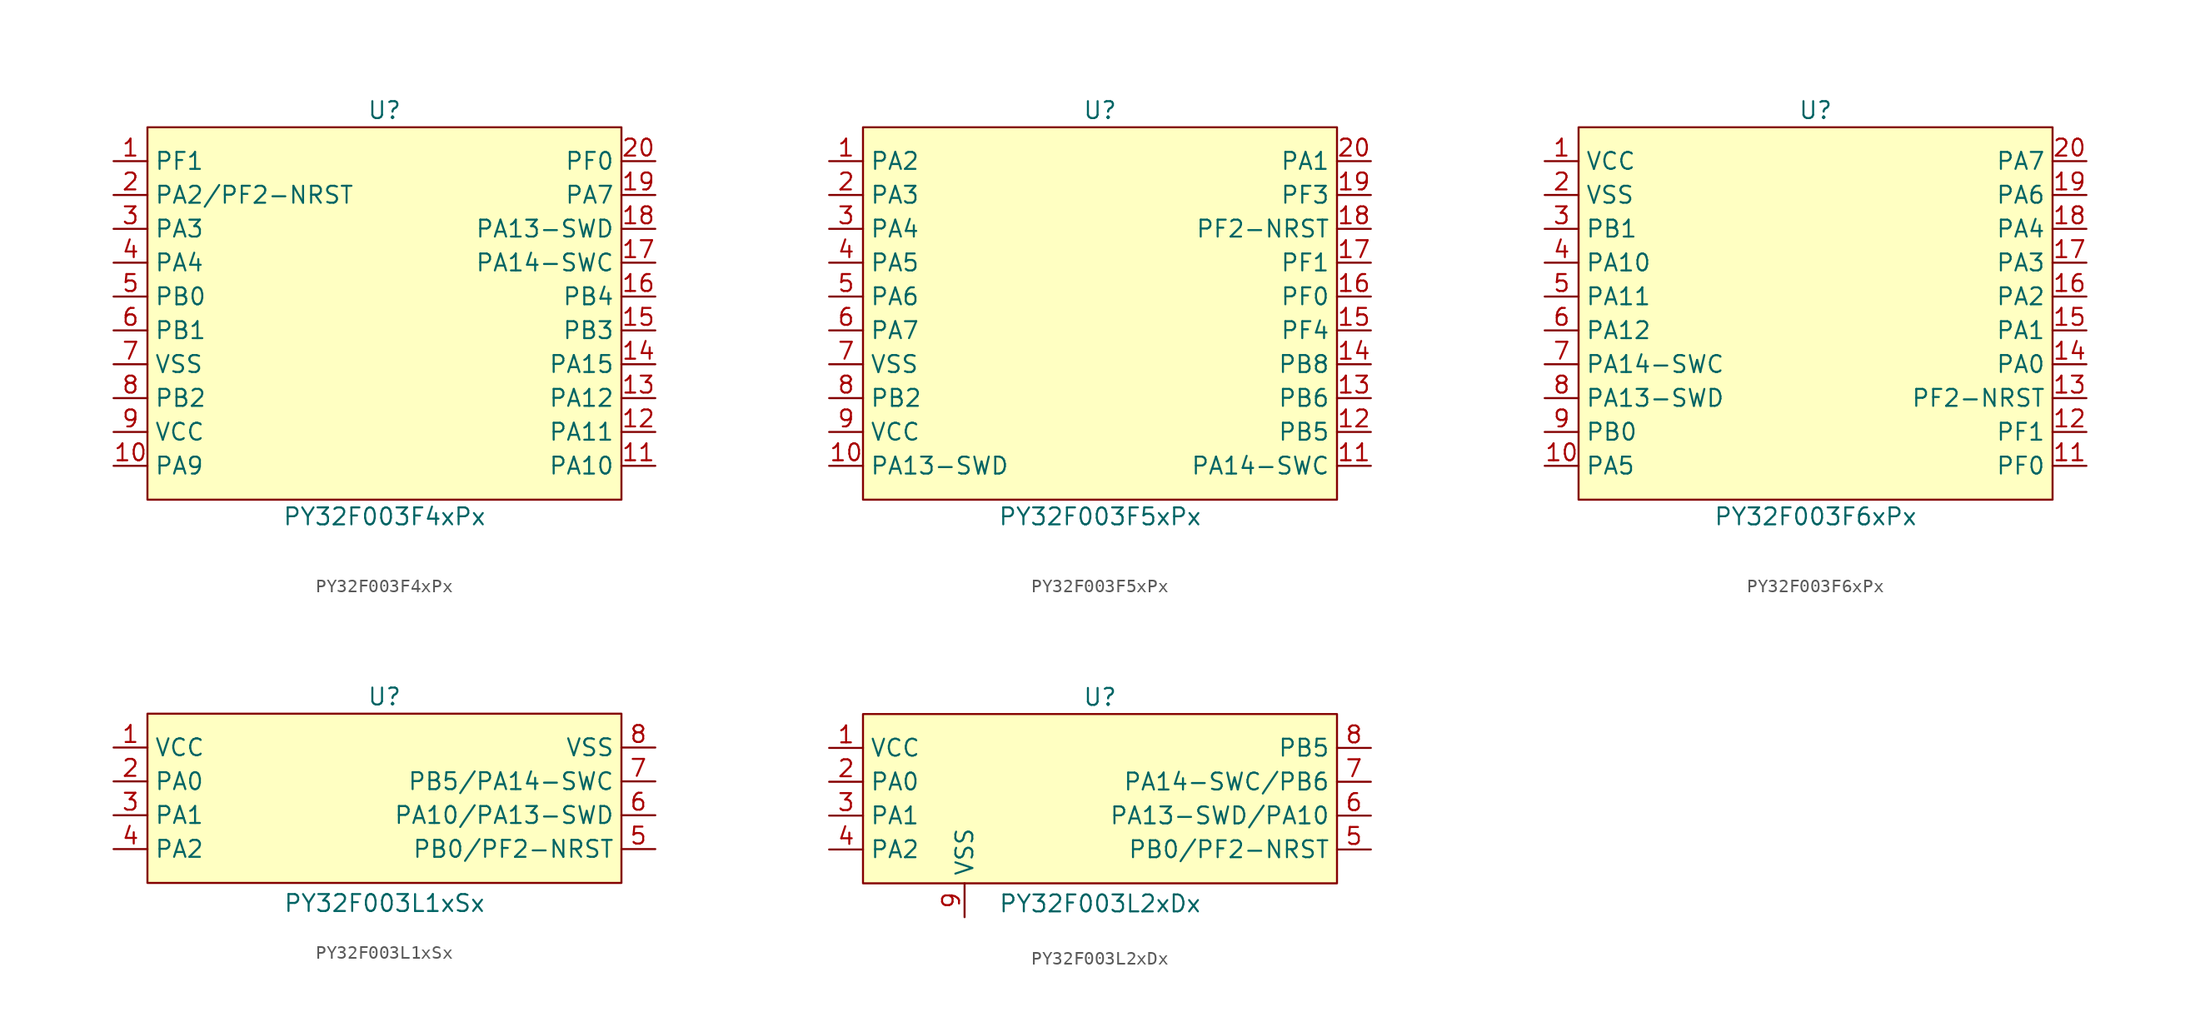
<source format=kicad_sym>
(kicad_symbol_lib
  (version 20241209)
  (generator "kicad_symbol_editor")
  (generator_version "9.0")
  (symbol "PY32F003F4xPx"
    (property "Reference" "U"
      (at 0 15.24 0)
      (effects (font (size 1.27 1.27))))
    (property "Value" "PY32F003F4xPx"
      (at 0 -15.24 0)
      (effects (font (size 1.27 1.27))))
    (symbol "PY32F003F4xPx_0_0"
      (pin unspecified line (at -20.32 11.43 0) (length 2.54) (name "PF1" (effects (font (size 1.27 1.27)))) (number "1" (effects (font (size 1.27 1.27)))))
      (pin unspecified line (at -20.32 8.89 0) (length 2.54) (name "PA2/PF2-NRST" (effects (font (size 1.27 1.27)))) (number "2" (effects (font (size 1.27 1.27)))))
      (pin unspecified line (at -20.32 6.35 0) (length 2.54) (name "PA3" (effects (font (size 1.27 1.27)))) (number "3" (effects (font (size 1.27 1.27)))))
      (pin unspecified line (at -20.32 3.81 0) (length 2.54) (name "PA4" (effects (font (size 1.27 1.27)))) (number "4" (effects (font (size 1.27 1.27)))))
      (pin unspecified line (at -20.32 1.27 0) (length 2.54) (name "PB0" (effects (font (size 1.27 1.27)))) (number "5" (effects (font (size 1.27 1.27)))))
      (pin unspecified line (at -20.32 -1.27 0) (length 2.54) (name "PB1" (effects (font (size 1.27 1.27)))) (number "6" (effects (font (size 1.27 1.27)))))
      (pin unspecified line (at -20.32 -3.81 0) (length 2.54) (name "VSS" (effects (font (size 1.27 1.27)))) (number "7" (effects (font (size 1.27 1.27)))))
      (pin unspecified line (at -20.32 -6.35 0) (length 2.54) (name "PB2" (effects (font (size 1.27 1.27)))) (number "8" (effects (font (size 1.27 1.27)))))
      (pin unspecified line (at -20.32 -8.89 0) (length 2.54) (name "VCC" (effects (font (size 1.27 1.27)))) (number "9" (effects (font (size 1.27 1.27)))))
      (pin unspecified line (at -20.32 -11.43 0) (length 2.54) (name "PA9" (effects (font (size 1.27 1.27)))) (number "10" (effects (font (size 1.27 1.27)))))
      (pin unspecified line (at 20.32 11.43 180) (length 2.54) (name "PF0" (effects (font (size 1.27 1.27)))) (number "20" (effects (font (size 1.27 1.27)))))
      (pin unspecified line (at 20.32 8.89 180) (length 2.54) (name "PA7" (effects (font (size 1.27 1.27)))) (number "19" (effects (font (size 1.27 1.27)))))
      (pin unspecified line (at 20.32 6.35 180) (length 2.54) (name "PA13-SWD" (effects (font (size 1.27 1.27)))) (number "18" (effects (font (size 1.27 1.27)))))
      (pin unspecified line (at 20.32 3.81 180) (length 2.54) (name "PA14-SWC" (effects (font (size 1.27 1.27)))) (number "17" (effects (font (size 1.27 1.27)))))
      (pin unspecified line (at 20.32 1.27 180) (length 2.54) (name "PB4" (effects (font (size 1.27 1.27)))) (number "16" (effects (font (size 1.27 1.27)))))
      (pin unspecified line (at 20.32 -1.27 180) (length 2.54) (name "PB3" (effects (font (size 1.27 1.27)))) (number "15" (effects (font (size 1.27 1.27)))))
      (pin unspecified line (at 20.32 -3.81 180) (length 2.54) (name "PA15" (effects (font (size 1.27 1.27)))) (number "14" (effects (font (size 1.27 1.27)))))
      (pin unspecified line (at 20.32 -6.35 180) (length 2.54) (name "PA12" (effects (font (size 1.27 1.27)))) (number "13" (effects (font (size 1.27 1.27)))))
      (pin unspecified line (at 20.32 -8.89 180) (length 2.54) (name "PA11" (effects (font (size 1.27 1.27)))) (number "12" (effects (font (size 1.27 1.27)))))
      (pin unspecified line (at 20.32 -11.43 180) (length 2.54) (name "PA10" (effects (font (size 1.27 1.27)))) (number "11" (effects (font (size 1.27 1.27))))))
    (symbol "PY32F003F4xPx_1_1"
      (rectangle (start -17.78 13.97) (end 17.78 -13.97) (stroke (width 0) (type solid)) (fill (type background)))))
  (symbol "PY32F003F5xPx"
    (property "Reference" "U"
      (at 0 15.24 0)
      (effects (font (size 1.27 1.27))))
    (property "Value" "PY32F003F5xPx"
      (at 0 -15.24 0)
      (effects (font (size 1.27 1.27))))
    (symbol "PY32F003F5xPx_0_0"
      (pin unspecified line (at -20.32 11.43 0) (length 2.54) (name "PA2" (effects (font (size 1.27 1.27)))) (number "1" (effects (font (size 1.27 1.27)))))
      (pin unspecified line (at -20.32 8.89 0) (length 2.54) (name "PA3" (effects (font (size 1.27 1.27)))) (number "2" (effects (font (size 1.27 1.27)))))
      (pin unspecified line (at -20.32 6.35 0) (length 2.54) (name "PA4" (effects (font (size 1.27 1.27)))) (number "3" (effects (font (size 1.27 1.27)))))
      (pin unspecified line (at -20.32 3.81 0) (length 2.54) (name "PA5" (effects (font (size 1.27 1.27)))) (number "4" (effects (font (size 1.27 1.27)))))
      (pin unspecified line (at -20.32 1.27 0) (length 2.54) (name "PA6" (effects (font (size 1.27 1.27)))) (number "5" (effects (font (size 1.27 1.27)))))
      (pin unspecified line (at -20.32 -1.27 0) (length 2.54) (name "PA7" (effects (font (size 1.27 1.27)))) (number "6" (effects (font (size 1.27 1.27)))))
      (pin unspecified line (at -20.32 -3.81 0) (length 2.54) (name "VSS" (effects (font (size 1.27 1.27)))) (number "7" (effects (font (size 1.27 1.27)))))
      (pin unspecified line (at -20.32 -6.35 0) (length 2.54) (name "PB2" (effects (font (size 1.27 1.27)))) (number "8" (effects (font (size 1.27 1.27)))))
      (pin unspecified line (at -20.32 -8.89 0) (length 2.54) (name "VCC" (effects (font (size 1.27 1.27)))) (number "9" (effects (font (size 1.27 1.27)))))
      (pin unspecified line (at -20.32 -11.43 0) (length 2.54) (name "PA13-SWD" (effects (font (size 1.27 1.27)))) (number "10" (effects (font (size 1.27 1.27)))))
      (pin unspecified line (at 20.32 11.43 180) (length 2.54) (name "PA1" (effects (font (size 1.27 1.27)))) (number "20" (effects (font (size 1.27 1.27)))))
      (pin unspecified line (at 20.32 8.89 180) (length 2.54) (name "PF3" (effects (font (size 1.27 1.27)))) (number "19" (effects (font (size 1.27 1.27)))))
      (pin unspecified line (at 20.32 6.35 180) (length 2.54) (name "PF2-NRST" (effects (font (size 1.27 1.27)))) (number "18" (effects (font (size 1.27 1.27)))))
      (pin unspecified line (at 20.32 3.81 180) (length 2.54) (name "PF1" (effects (font (size 1.27 1.27)))) (number "17" (effects (font (size 1.27 1.27)))))
      (pin unspecified line (at 20.32 1.27 180) (length 2.54) (name "PF0" (effects (font (size 1.27 1.27)))) (number "16" (effects (font (size 1.27 1.27)))))
      (pin unspecified line (at 20.32 -1.27 180) (length 2.54) (name "PF4" (effects (font (size 1.27 1.27)))) (number "15" (effects (font (size 1.27 1.27)))))
      (pin unspecified line (at 20.32 -3.81 180) (length 2.54) (name "PB8" (effects (font (size 1.27 1.27)))) (number "14" (effects (font (size 1.27 1.27)))))
      (pin unspecified line (at 20.32 -6.35 180) (length 2.54) (name "PB6" (effects (font (size 1.27 1.27)))) (number "13" (effects (font (size 1.27 1.27)))))
      (pin unspecified line (at 20.32 -8.89 180) (length 2.54) (name "PB5" (effects (font (size 1.27 1.27)))) (number "12" (effects (font (size 1.27 1.27)))))
      (pin unspecified line (at 20.32 -11.43 180) (length 2.54) (name "PA14-SWC" (effects (font (size 1.27 1.27)))) (number "11" (effects (font (size 1.27 1.27))))))
    (symbol "PY32F003F5xPx_1_1"
      (rectangle (start -17.78 13.97) (end 17.78 -13.97) (stroke (width 0) (type solid)) (fill (type background)))))
  (symbol "PY32F003F6xPx"
    (property "Reference" "U"
      (at 0 15.24 0)
      (effects (font (size 1.27 1.27))))
    (property "Value" "PY32F003F6xPx"
      (at 0 -15.24 0)
      (effects (font (size 1.27 1.27))))
    (symbol "PY32F003F6xPx_0_0"
      (pin unspecified line (at -20.32 11.43 0) (length 2.54) (name "VCC" (effects (font (size 1.27 1.27)))) (number "1" (effects (font (size 1.27 1.27)))))
      (pin unspecified line (at -20.32 8.89 0) (length 2.54) (name "VSS" (effects (font (size 1.27 1.27)))) (number "2" (effects (font (size 1.27 1.27)))))
      (pin unspecified line (at -20.32 6.35 0) (length 2.54) (name "PB1" (effects (font (size 1.27 1.27)))) (number "3" (effects (font (size 1.27 1.27)))))
      (pin unspecified line (at -20.32 3.81 0) (length 2.54) (name "PA10" (effects (font (size 1.27 1.27)))) (number "4" (effects (font (size 1.27 1.27)))))
      (pin unspecified line (at -20.32 1.27 0) (length 2.54) (name "PA11" (effects (font (size 1.27 1.27)))) (number "5" (effects (font (size 1.27 1.27)))))
      (pin unspecified line (at -20.32 -1.27 0) (length 2.54) (name "PA12" (effects (font (size 1.27 1.27)))) (number "6" (effects (font (size 1.27 1.27)))))
      (pin unspecified line (at -20.32 -3.81 0) (length 2.54) (name "PA14-SWC" (effects (font (size 1.27 1.27)))) (number "7" (effects (font (size 1.27 1.27)))))
      (pin unspecified line (at -20.32 -6.35 0) (length 2.54) (name "PA13-SWD" (effects (font (size 1.27 1.27)))) (number "8" (effects (font (size 1.27 1.27)))))
      (pin unspecified line (at -20.32 -8.89 0) (length 2.54) (name "PB0" (effects (font (size 1.27 1.27)))) (number "9" (effects (font (size 1.27 1.27)))))
      (pin unspecified line (at -20.32 -11.43 0) (length 2.54) (name "PA5" (effects (font (size 1.27 1.27)))) (number "10" (effects (font (size 1.27 1.27)))))
      (pin unspecified line (at 20.32 11.43 180) (length 2.54) (name "PA7" (effects (font (size 1.27 1.27)))) (number "20" (effects (font (size 1.27 1.27)))))
      (pin unspecified line (at 20.32 8.89 180) (length 2.54) (name "PA6" (effects (font (size 1.27 1.27)))) (number "19" (effects (font (size 1.27 1.27)))))
      (pin unspecified line (at 20.32 6.35 180) (length 2.54) (name "PA4" (effects (font (size 1.27 1.27)))) (number "18" (effects (font (size 1.27 1.27)))))
      (pin unspecified line (at 20.32 3.81 180) (length 2.54) (name "PA3" (effects (font (size 1.27 1.27)))) (number "17" (effects (font (size 1.27 1.27)))))
      (pin unspecified line (at 20.32 1.27 180) (length 2.54) (name "PA2" (effects (font (size 1.27 1.27)))) (number "16" (effects (font (size 1.27 1.27)))))
      (pin unspecified line (at 20.32 -1.27 180) (length 2.54) (name "PA1" (effects (font (size 1.27 1.27)))) (number "15" (effects (font (size 1.27 1.27)))))
      (pin unspecified line (at 20.32 -3.81 180) (length 2.54) (name "PA0" (effects (font (size 1.27 1.27)))) (number "14" (effects (font (size 1.27 1.27)))))
      (pin unspecified line (at 20.32 -6.35 180) (length 2.54) (name "PF2-NRST" (effects (font (size 1.27 1.27)))) (number "13" (effects (font (size 1.27 1.27)))))
      (pin unspecified line (at 20.32 -8.89 180) (length 2.54) (name "PF1" (effects (font (size 1.27 1.27)))) (number "12" (effects (font (size 1.27 1.27)))))
      (pin unspecified line (at 20.32 -11.43 180) (length 2.54) (name "PF0" (effects (font (size 1.27 1.27)))) (number "11" (effects (font (size 1.27 1.27))))))
    (symbol "PY32F003F6xPx_1_1"
      (rectangle (start -17.78 13.97) (end 17.78 -13.97) (stroke (width 0) (type solid)) (fill (type background)))))
  (symbol "PY32F003L1xSx"
    (property "Reference" "U"
      (at 0 7.62 0)
      (effects (font (size 1.27 1.27))))
    (property "Value" "PY32F003L1xSx"
      (at 0 -7.874 0)
      (effects (font (size 1.27 1.27))))
    (symbol "PY32F003L1xSx_0_0"
      (pin unspecified line (at -20.32 -1.27 0) (length 2.54) (name "PA1" (effects (font (size 1.27 1.27)))) (number "3" (effects (font (size 1.27 1.27)))))
      (pin unspecified line (at -20.32 -3.81 0) (length 2.54) (name "PA2" (effects (font (size 1.27 1.27)))) (number "4" (effects (font (size 1.27 1.27)))))
      (pin unspecified line (at 20.32 3.81 180) (length 2.54) (name "VSS" (effects (font (size 1.27 1.27)))) (number "8" (effects (font (size 1.27 1.27)))))
      (pin unspecified line (at 20.32 1.27 180) (length 2.54) (name "PB5/PA14-SWC" (effects (font (size 1.27 1.27)))) (number "7" (effects (font (size 1.27 1.27)))))
      (pin unspecified line (at 20.32 -1.27 180) (length 2.54) (name "PA10/PA13-SWD" (effects (font (size 1.27 1.27)))) (number "6" (effects (font (size 1.27 1.27)))))
      (pin unspecified line (at 20.32 -3.81 180) (length 2.54) (name "PB0/PF2-NRST" (effects (font (size 1.27 1.27)))) (number "5" (effects (font (size 1.27 1.27))))))
    (symbol "PY32F003L1xSx_1_0"
      (pin unspecified line (at -20.32 3.81 0) (length 2.54) (name "VCC" (effects (font (size 1.27 1.27)))) (number "1" (effects (font (size 1.27 1.27)))))
      (pin unspecified line (at -20.32 1.27 0) (length 2.54) (name "PA0" (effects (font (size 1.27 1.27)))) (number "2" (effects (font (size 1.27 1.27))))))
    (symbol "PY32F003L1xSx_1_1"
      (rectangle (start -17.78 6.35) (end 17.78 -6.35) (stroke (width 0) (type solid)) (fill (type background)))))
  (symbol "PY32F003L2xDx"
    (property "Reference" "U"
      (at 0 7.62 0)
      (effects (font (size 1.27 1.27))))
    (property "Value" "PY32F003L2xDx"
      (at 0 -7.874 0)
      (effects (font (size 1.27 1.27))))
    (symbol "PY32F003L2xDx_0_0"
      (pin unspecified line (at -20.32 -1.27 0) (length 2.54) (name "PA1" (effects (font (size 1.27 1.27)))) (number "3" (effects (font (size 1.27 1.27)))))
      (pin unspecified line (at -20.32 -3.81 0) (length 2.54) (name "PA2" (effects (font (size 1.27 1.27)))) (number "4" (effects (font (size 1.27 1.27)))))
      (pin unspecified line (at 20.32 3.81 180) (length 2.54) (name "PB5" (effects (font (size 1.27 1.27)))) (number "8" (effects (font (size 1.27 1.27)))))
      (pin unspecified line (at 20.32 1.27 180) (length 2.54) (name "PA14-SWC/PB6" (effects (font (size 1.27 1.27)))) (number "7" (effects (font (size 1.27 1.27)))))
      (pin unspecified line (at 20.32 -1.27 180) (length 2.54) (name "PA13-SWD/PA10" (effects (font (size 1.27 1.27)))) (number "6" (effects (font (size 1.27 1.27)))))
      (pin unspecified line (at 20.32 -3.81 180) (length 2.54) (name "PB0/PF2-NRST" (effects (font (size 1.27 1.27)))) (number "5" (effects (font (size 1.27 1.27))))))
    (symbol "PY32F003L2xDx_1_0"
      (pin unspecified line (at -20.32 3.81 0) (length 2.54) (name "VCC" (effects (font (size 1.27 1.27)))) (number "1" (effects (font (size 1.27 1.27)))))
      (pin unspecified line (at -20.32 1.27 0) (length 2.54) (name "PA0" (effects (font (size 1.27 1.27)))) (number "2" (effects (font (size 1.27 1.27)))))
      (pin unspecified line (at -10.16 -8.89 90) (length 2.54) (name "VSS" (effects (font (size 1.27 1.27)))) (number "9" (effects (font (size 1.27 1.27))))))
    (symbol "PY32F003L2xDx_1_1"
      (rectangle (start -17.78 6.35) (end 17.78 -6.35) (stroke (width 0) (type solid)) (fill (type background))))))
</source>
